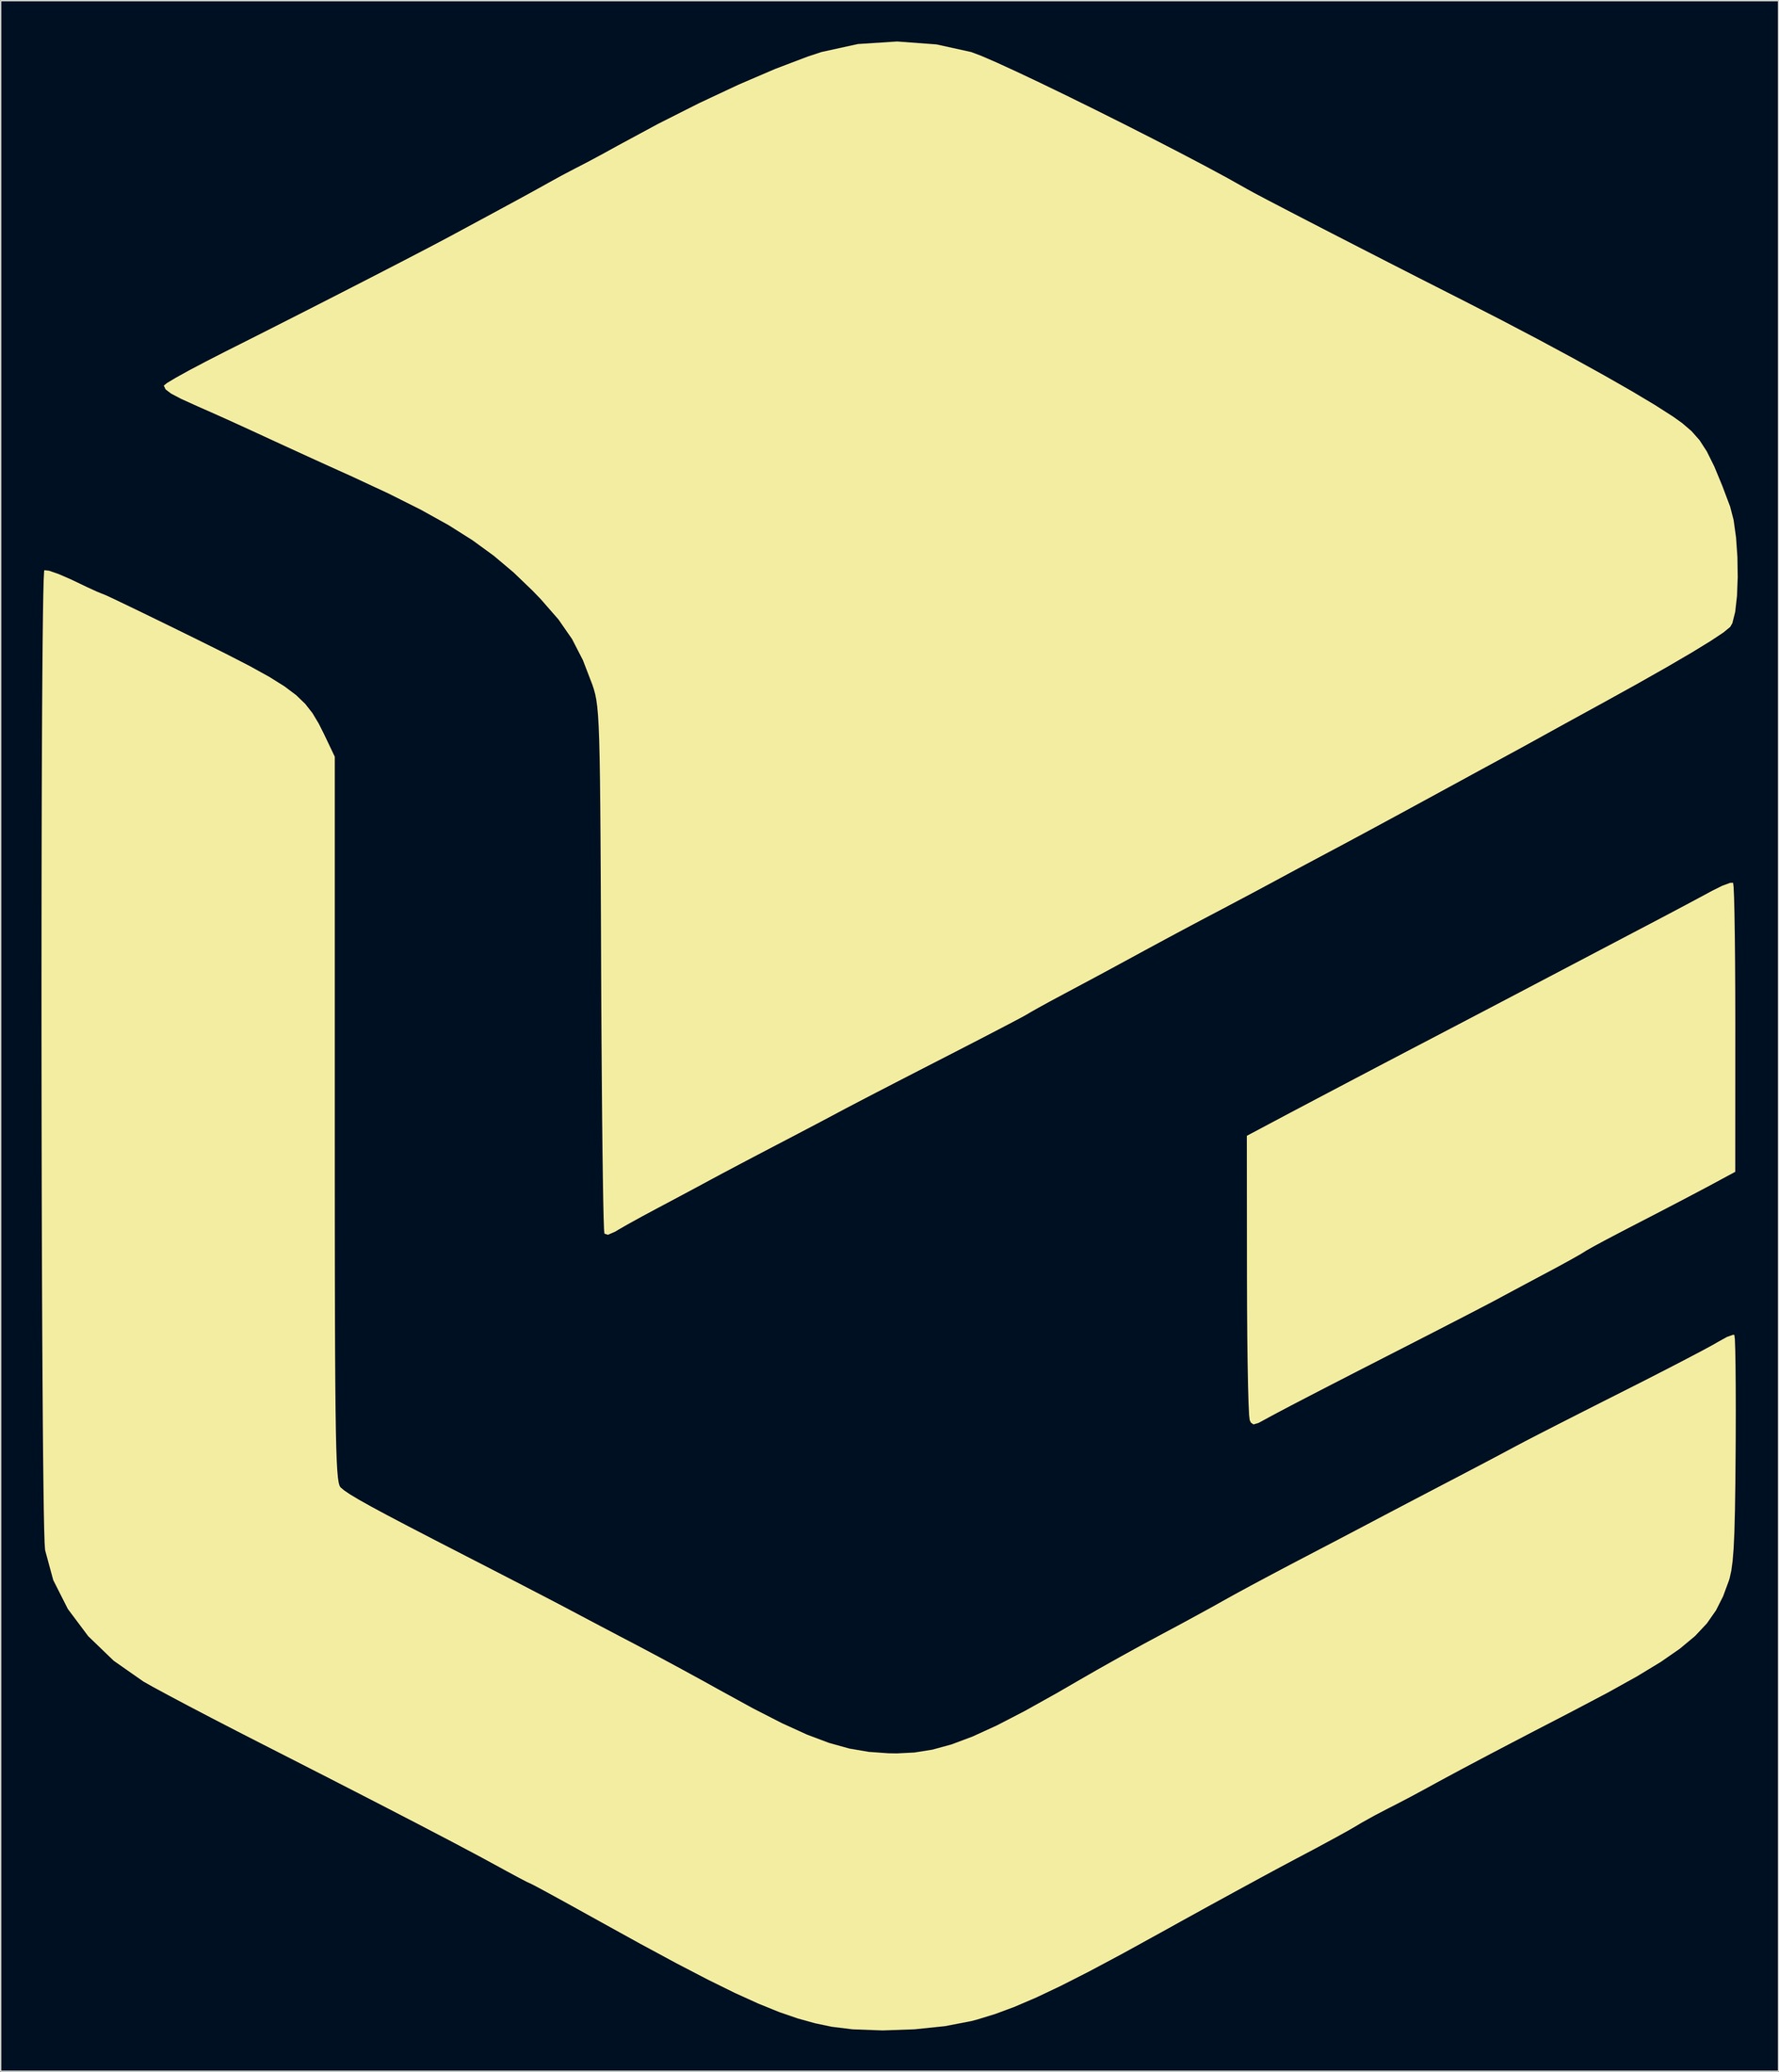
<source format=kicad_pcb>
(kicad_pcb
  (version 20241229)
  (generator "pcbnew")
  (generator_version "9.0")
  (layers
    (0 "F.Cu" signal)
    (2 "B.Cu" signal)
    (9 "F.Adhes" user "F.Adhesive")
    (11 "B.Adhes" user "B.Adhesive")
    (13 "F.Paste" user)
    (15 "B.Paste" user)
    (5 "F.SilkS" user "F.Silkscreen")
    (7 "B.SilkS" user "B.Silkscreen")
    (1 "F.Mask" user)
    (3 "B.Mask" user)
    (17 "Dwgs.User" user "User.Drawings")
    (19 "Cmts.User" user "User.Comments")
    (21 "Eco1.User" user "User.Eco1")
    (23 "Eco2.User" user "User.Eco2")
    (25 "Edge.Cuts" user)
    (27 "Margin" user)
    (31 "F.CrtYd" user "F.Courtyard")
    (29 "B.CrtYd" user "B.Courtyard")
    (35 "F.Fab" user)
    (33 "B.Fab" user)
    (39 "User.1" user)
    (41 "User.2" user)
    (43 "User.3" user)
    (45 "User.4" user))
  (footprint "Logo_FiberPrinter"
    (layer "F.Cu")
    (at 62.529 70.92)
    (property "Reference" "Logo_FiberPrinter" (at 0 0 0) (layer "F.SilkS") (effects (font (size 1.5 1.5) (thickness 0.3))))
    (attr board_only exclude_from_pos_files exclude_from_bom)
    (fp_poly (pts (xy 61.868 -8.788) (xy 61.902 -8) (xy 61.932 -6.787) (xy 61.957 -5.207) (xy 61.976 -3.322) (xy 61.988 -1.191) (xy 61.993 1.125) (xy 61.993 1.616) (xy 61.989 12.154) (xy 60.15 13.145) (xy 59.204 13.648) (xy 57.928 14.318) (xy 56.479 15.074) (xy 55.01 15.834) (xy 54.776 15.955) (xy 53.497 16.617) (xy 52.383 17.204) (xy 51.529 17.665) (xy 51.03 17.948) (xy 50.952 17.999) (xy 50.6 18.216) (xy 49.882 18.622) (xy 48.916 19.15) (xy 48.205 19.531) (xy 46.977 20.185) (xy 45.758 20.837) (xy 44.739 21.383) (xy 44.382 21.576) (xy 43.784 21.891) (xy 42.777 22.415) (xy 41.436 23.108) (xy 39.839 23.93) (xy 38.062 24.841) (xy 36.183 25.802) (xy 35.915 25.939) (xy 34.04 26.899) (xy 32.269 27.81) (xy 30.675 28.633) (xy 29.334 29.331) (xy 28.32 29.865) (xy 27.706 30.195) (xy 27.65 30.227) (xy 26.949 30.606) (xy 26.573 30.72) (xy 26.379 30.586) (xy 26.293 30.398) (xy 26.249 30.021) (xy 26.209 29.161) (xy 26.172 27.882) (xy 26.141 26.249) (xy 26.116 24.324) (xy 26.1 22.171) (xy 26.092 19.855) (xy 26.092 19.707) (xy 26.083 9.508) (xy 27.722 8.636) (xy 29.307 7.795) (xy 31.245 6.772) (xy 33.403 5.635) (xy 35.648 4.455) (xy 37.849 3.301) (xy 39.739 2.314) (xy 41.155 1.573) (xy 42.899 0.66) (xy 44.816 -0.344) (xy 46.749 -1.359) (xy 48.342 -2.196) (xy 50.081 -3.109) (xy 51.862 -4.045) (xy 53.554 -4.934) (xy 55.024 -5.706) (xy 56.126 -6.284) (xy 57.403 -6.958) (xy 58.665 -7.628) (xy 59.736 -8.202) (xy 60.26 -8.486) (xy 61.037 -8.872) (xy 61.614 -9.084) (xy 61.831 -9.089)) (stroke (width 0) (type solid)) (fill yes) (layer "F.SilkS"))
    (fp_poly (pts (xy 3.267 -70.706) (xy 5.816 -70.146) (xy 6.538 -69.875) (xy 7.672 -69.384) (xy 9.146 -68.708) (xy 10.89 -67.883) (xy 12.832 -66.943) (xy 14.901 -65.924) (xy 17.026 -64.862) (xy 19.136 -63.791) (xy 21.16 -62.747) (xy 23.027 -61.766) (xy 24.665 -60.882) (xy 26.004 -60.131) (xy 26.083 -60.085) (xy 26.603 -59.8) (xy 27.548 -59.3) (xy 28.856 -58.618) (xy 30.464 -57.784) (xy 32.309 -56.832) (xy 34.33 -55.794) (xy 36.463 -54.701) (xy 38.647 -53.586) (xy 40.82 -52.481) (xy 41.95 -51.908) (xy 44.796 -50.448) (xy 47.522 -49.017) (xy 50.073 -47.643) (xy 52.393 -46.359) (xy 54.426 -45.196) (xy 56.118 -44.184) (xy 57.414 -43.354) (xy 58.079 -42.88) (xy 58.774 -42.285) (xy 59.364 -41.618) (xy 59.903 -40.785) (xy 60.446 -39.691) (xy 61.045 -38.243) (xy 61.614 -36.734) (xy 61.869 -35.748) (xy 62.047 -34.472) (xy 62.148 -33.033) (xy 62.171 -31.557) (xy 62.117 -30.17) (xy 61.985 -28.999) (xy 61.776 -28.169) (xy 61.619 -27.894) (xy 61.122 -27.487) (xy 60.161 -26.849) (xy 58.762 -25.993) (xy 56.948 -24.934) (xy 54.744 -23.686) (xy 52.174 -22.265) (xy 51.892 -22.11) (xy 50.626 -21.417) (xy 49.455 -20.774) (xy 48.505 -20.251) (xy 47.9 -19.917) (xy 47.872 -19.901) (xy 47.172 -19.514) (xy 46.21 -18.986) (xy 45.278 -18.479) (xy 44.47 -18.039) (xy 43.299 -17.403) (xy 41.883 -16.631) (xy 40.337 -15.789) (xy 39.056 -15.092) (xy 37.431 -14.208) (xy 35.782 -13.315) (xy 34.243 -12.485) (xy 32.949 -11.791) (xy 32.228 -11.407) (xy 30.97 -10.737) (xy 29.664 -10.039) (xy 28.541 -9.435) (xy 28.268 -9.287) (xy 27.293 -8.763) (xy 26.037 -8.093) (xy 24.702 -7.385) (xy 24.034 -7.033) (xy 22.67 -6.314) (xy 21.402 -5.64) (xy 20.089 -4.936) (xy 18.588 -4.125) (xy 16.758 -3.131) (xy 16.66 -3.078) (xy 15.734 -2.577) (xy 14.528 -1.929) (xy 13.245 -1.244) (xy 12.7 -0.953) (xy 11.639 -0.384) (xy 10.75 0.103) (xy 10.15 0.442) (xy 9.969 0.553) (xy 9.659 0.728) (xy 8.932 1.115) (xy 7.857 1.678) (xy 6.505 2.38) (xy 4.944 3.185) (xy 3.687 3.831) (xy 1.939 4.728) (xy 0.274 5.586) (xy -1.219 6.357) (xy -2.454 6.999) (xy -3.344 7.465) (xy -3.687 7.647) (xy -4.448 8.053) (xy -5.554 8.638) (xy -6.866 9.327) (xy -8.246 10.049) (xy -8.467 10.164) (xy -9.861 10.893) (xy -11.227 11.612) (xy -12.42 12.244) (xy -13.293 12.712) (xy -13.383 12.76) (xy -14.317 13.264) (xy -15.527 13.912) (xy -16.805 14.592) (xy -17.296 14.853) (xy -18.402 15.446) (xy -19.386 15.989) (xy -20.108 16.402) (xy -20.344 16.546) (xy -20.887 16.782) (xy -21.144 16.697) (xy -21.173 16.386) (xy -21.202 15.573) (xy -21.231 14.303) (xy -21.259 12.62) (xy -21.287 10.568) (xy -21.313 8.192) (xy -21.336 5.536) (xy -21.357 2.645) (xy -21.375 -0.437) (xy -21.386 -2.778) (xy -21.401 -6.488) (xy -21.416 -9.692) (xy -21.432 -12.432) (xy -21.45 -14.748) (xy -21.471 -16.682) (xy -21.497 -18.274) (xy -21.529 -19.566) (xy -21.568 -20.598) (xy -21.616 -21.411) (xy -21.673 -22.046) (xy -21.741 -22.544) (xy -21.821 -22.946) (xy -21.915 -23.293) (xy -22.023 -23.625) (xy -22.726 -25.452) (xy -23.523 -27.001) (xy -24.522 -28.441) (xy -25.831 -29.941) (xy -26.436 -30.567) (xy -27.833 -31.907) (xy -29.279 -33.125) (xy -30.849 -34.268) (xy -32.618 -35.384) (xy -34.661 -36.518) (xy -37.053 -37.716) (xy -39.869 -39.026) (xy -40.695 -39.397) (xy -41.636 -39.822) (xy -42.981 -40.435) (xy -44.636 -41.193) (xy -46.51 -42.056) (xy -47.386 -42.46) (xy -48.648 -43.036) (xy -50.026 -43.654) (xy -51.073 -44.116) (xy -52.258 -44.652) (xy -53.009 -45.048) (xy -53.407 -45.353) (xy -53.531 -45.617) (xy -53.531 -45.635) (xy -53.298 -45.823) (xy -52.65 -46.211) (xy -51.662 -46.757) (xy -50.407 -47.419) (xy -48.962 -48.158) (xy -48.82 -48.229) (xy -46.705 -49.294) (xy -44.458 -50.432) (xy -42.164 -51.599) (xy -39.905 -52.754) (xy -37.766 -53.852) (xy -35.83 -54.852) (xy -34.181 -55.71) (xy -32.901 -56.384) (xy -32.501 -56.598) (xy -30.46 -57.698) (xy -28.838 -58.574) (xy -27.573 -59.26) (xy -26.602 -59.79) (xy -25.862 -60.198) (xy -25.292 -60.517) (xy -25.263 -60.533) (xy -24.282 -61.072) (xy -23.256 -61.611) (xy -23.078 -61.701) (xy -22.269 -62.121) (xy -21.219 -62.686) (xy -20.211 -63.241) (xy -17.186 -64.874) (xy -14.178 -66.391) (xy -11.281 -67.749) (xy -8.594 -68.903) (xy -6.21 -69.809) (xy -5.189 -70.147) (xy -2.503 -70.734) (xy 0.376 -70.92)) (stroke (width 0) (type solid)) (fill yes) (layer "F.SilkS"))
    (fp_poly (pts (xy -61.97 -32.024) (xy -61.273 -31.782) (xy -60.36 -31.385) (xy -60.113 -31.267) (xy -59.182 -30.822) (xy -58.454 -30.488) (xy -58.055 -30.324) (xy -58.021 -30.316) (xy -57.749 -30.2) (xy -57.052 -29.874) (xy -55.995 -29.367) (xy -54.644 -28.713) (xy -53.061 -27.941) (xy -51.314 -27.084) (xy -51.269 -27.062) (xy -49.025 -25.947) (xy -47.217 -25.017) (xy -45.785 -24.225) (xy -44.668 -23.527) (xy -43.806 -22.879) (xy -43.139 -22.237) (xy -42.606 -21.555) (xy -42.147 -20.789) (xy -41.772 -20.043) (xy -40.968 -18.357) (xy -40.968 8.281) (xy -40.967 12.727) (xy -40.965 16.658) (xy -40.96 20.106) (xy -40.953 23.103) (xy -40.942 25.68) (xy -40.928 27.869) (xy -40.909 29.702) (xy -40.886 31.21) (xy -40.858 32.426) (xy -40.824 33.379) (xy -40.783 34.104) (xy -40.736 34.63) (xy -40.682 34.99) (xy -40.621 35.215) (xy -40.551 35.337) (xy -40.544 35.344) (xy -40.28 35.567) (xy -39.851 35.857) (xy -39.212 36.241) (xy -38.316 36.743) (xy -37.118 37.388) (xy -35.571 38.201) (xy -33.63 39.208) (xy -31.249 40.433) (xy -31.135 40.491) (xy -29.409 41.379) (xy -27.732 42.244) (xy -26.205 43.035) (xy -24.928 43.699) (xy -23.999 44.185) (xy -23.761 44.312) (xy -22.799 44.822) (xy -21.525 45.494) (xy -20.112 46.238) (xy -18.845 46.901) (xy -17.263 47.74) (xy -15.48 48.7) (xy -13.752 49.645) (xy -12.7 50.229) (xy -10.204 51.597) (xy -8.079 52.684) (xy -6.247 53.518) (xy -4.629 54.127) (xy -3.145 54.54) (xy -1.719 54.784) (xy -0.269 54.888) (xy 0.347 54.897) (xy 1.648 54.832) (xy 2.966 54.622) (xy 4.367 54.24) (xy 5.916 53.659) (xy 7.68 52.854) (xy 9.723 51.799) (xy 12.111 50.467) (xy 13.544 49.637) (xy 15.084 48.751) (xy 16.829 47.771) (xy 18.53 46.836) (xy 19.553 46.287) (xy 20.921 45.556) (xy 22.315 44.801) (xy 23.554 44.122) (xy 24.308 43.7) (xy 25.197 43.206) (xy 26.431 42.537) (xy 27.868 41.769) (xy 29.368 40.977) (xy 29.906 40.695) (xy 31.407 39.911) (xy 32.914 39.123) (xy 34.279 38.406) (xy 35.358 37.838) (xy 35.642 37.688) (xy 36.63 37.167) (xy 37.938 36.481) (xy 39.401 35.714) (xy 40.855 34.955) (xy 40.968 34.896) (xy 42.362 34.167) (xy 43.728 33.449) (xy 44.921 32.818) (xy 45.794 32.351) (xy 45.884 32.303) (xy 46.551 31.951) (xy 47.618 31.4) (xy 48.997 30.694) (xy 50.6 29.879) (xy 52.338 28.999) (xy 53.531 28.398) (xy 55.279 27.514) (xy 56.92 26.674) (xy 58.373 25.921) (xy 59.557 25.298) (xy 60.39 24.846) (xy 60.726 24.651) (xy 61.382 24.289) (xy 61.832 24.129) (xy 61.924 24.143) (xy 61.96 24.443) (xy 61.988 25.221) (xy 62.01 26.41) (xy 62.023 27.94) (xy 62.028 29.744) (xy 62.023 31.755) (xy 62.018 32.561) (xy 61.997 35.037) (xy 61.967 37.032) (xy 61.926 38.608) (xy 61.87 39.83) (xy 61.795 40.762) (xy 61.699 41.469) (xy 61.578 42.014) (xy 61.523 42.197) (xy 61.096 43.352) (xy 60.572 44.388) (xy 59.902 45.347) (xy 59.034 46.271) (xy 57.919 47.201) (xy 56.507 48.18) (xy 54.746 49.248) (xy 52.588 50.447) (xy 49.981 51.82) (xy 49.827 51.9) (xy 46.724 53.508) (xy 44.083 54.889) (xy 41.876 56.057) (xy 40.075 57.027) (xy 39.341 57.43) (xy 38.24 58.025) (xy 37.065 58.64) (xy 36.473 58.941) (xy 35.487 59.455) (xy 34.529 59.988) (xy 34.14 60.22) (xy 33.544 60.565) (xy 32.586 61.096) (xy 31.386 61.745) (xy 30.067 62.447) (xy 29.77 62.603) (xy 28.575 63.238) (xy 27.014 64.081) (xy 25.195 65.071) (xy 23.227 66.148) (xy 21.221 67.254) (xy 19.699 68.098) (xy 16.878 69.65) (xy 14.458 70.94) (xy 12.38 71.996) (xy 10.583 72.848) (xy 9.005 73.523) (xy 7.586 74.05) (xy 6.266 74.456) (xy 5.847 74.568) (xy 3.889 74.944) (xy 1.639 75.177) (xy -0.692 75.258) (xy -2.89 75.178) (xy -4.43 74.989) (xy -5.657 74.732) (xy -6.931 74.379) (xy -8.305 73.905) (xy -9.831 73.286) (xy -11.561 72.5) (xy -13.548 71.521) (xy -15.845 70.327) (xy -18.502 68.894) (xy -21.51 67.233) (xy -23.002 66.405) (xy -24.325 65.675) (xy -25.408 65.083) (xy -26.179 64.668) (xy -26.567 64.468) (xy -26.598 64.456) (xy -26.866 64.333) (xy -27.497 64.003) (xy -28.38 63.527) (xy -28.849 63.269) (xy -30.372 62.443) (xy -32.378 61.379) (xy -34.861 60.082) (xy -37.813 58.555) (xy -41.228 56.801) (xy -45.099 54.824) (xy -46.294 54.216) (xy -48.187 53.247) (xy -50.023 52.298) (xy -51.715 51.413) (xy -53.176 50.638) (xy -54.319 50.02) (xy -55.033 49.618) (xy -57.219 48.089) (xy -59.092 46.285) (xy -60.593 44.281) (xy -61.667 42.156) (xy -62.255 39.987) (xy -62.267 39.907) (xy -62.3 39.406) (xy -62.331 38.414) (xy -62.36 36.97) (xy -62.386 35.112) (xy -62.411 32.881) (xy -62.433 30.314) (xy -62.453 27.451) (xy -62.471 24.33) (xy -62.486 20.992) (xy -62.499 17.474) (xy -62.51 13.816) (xy -62.518 10.057) (xy -62.524 6.236) (xy -62.528 2.392) (xy -62.529 -1.437) (xy -62.527 -5.211) (xy -62.523 -8.891) (xy -62.516 -12.438) (xy -62.507 -15.814) (xy -62.495 -18.979) (xy -62.481 -21.893) (xy -62.464 -24.52) (xy -62.444 -26.818) (xy -62.421 -28.749) (xy -62.396 -30.275) (xy -62.368 -31.356) (xy -62.337 -31.953) (xy -62.317 -32.063)) (stroke (width 0) (type solid)) (fill yes) (layer "F.SilkS")))
  (gr_rect
    (start -3 -3)
    (end 127.7 149.178)
    (stroke (width 0.1) (type default))
    (fill no)
    (layer "Edge.Cuts")))
</source>
